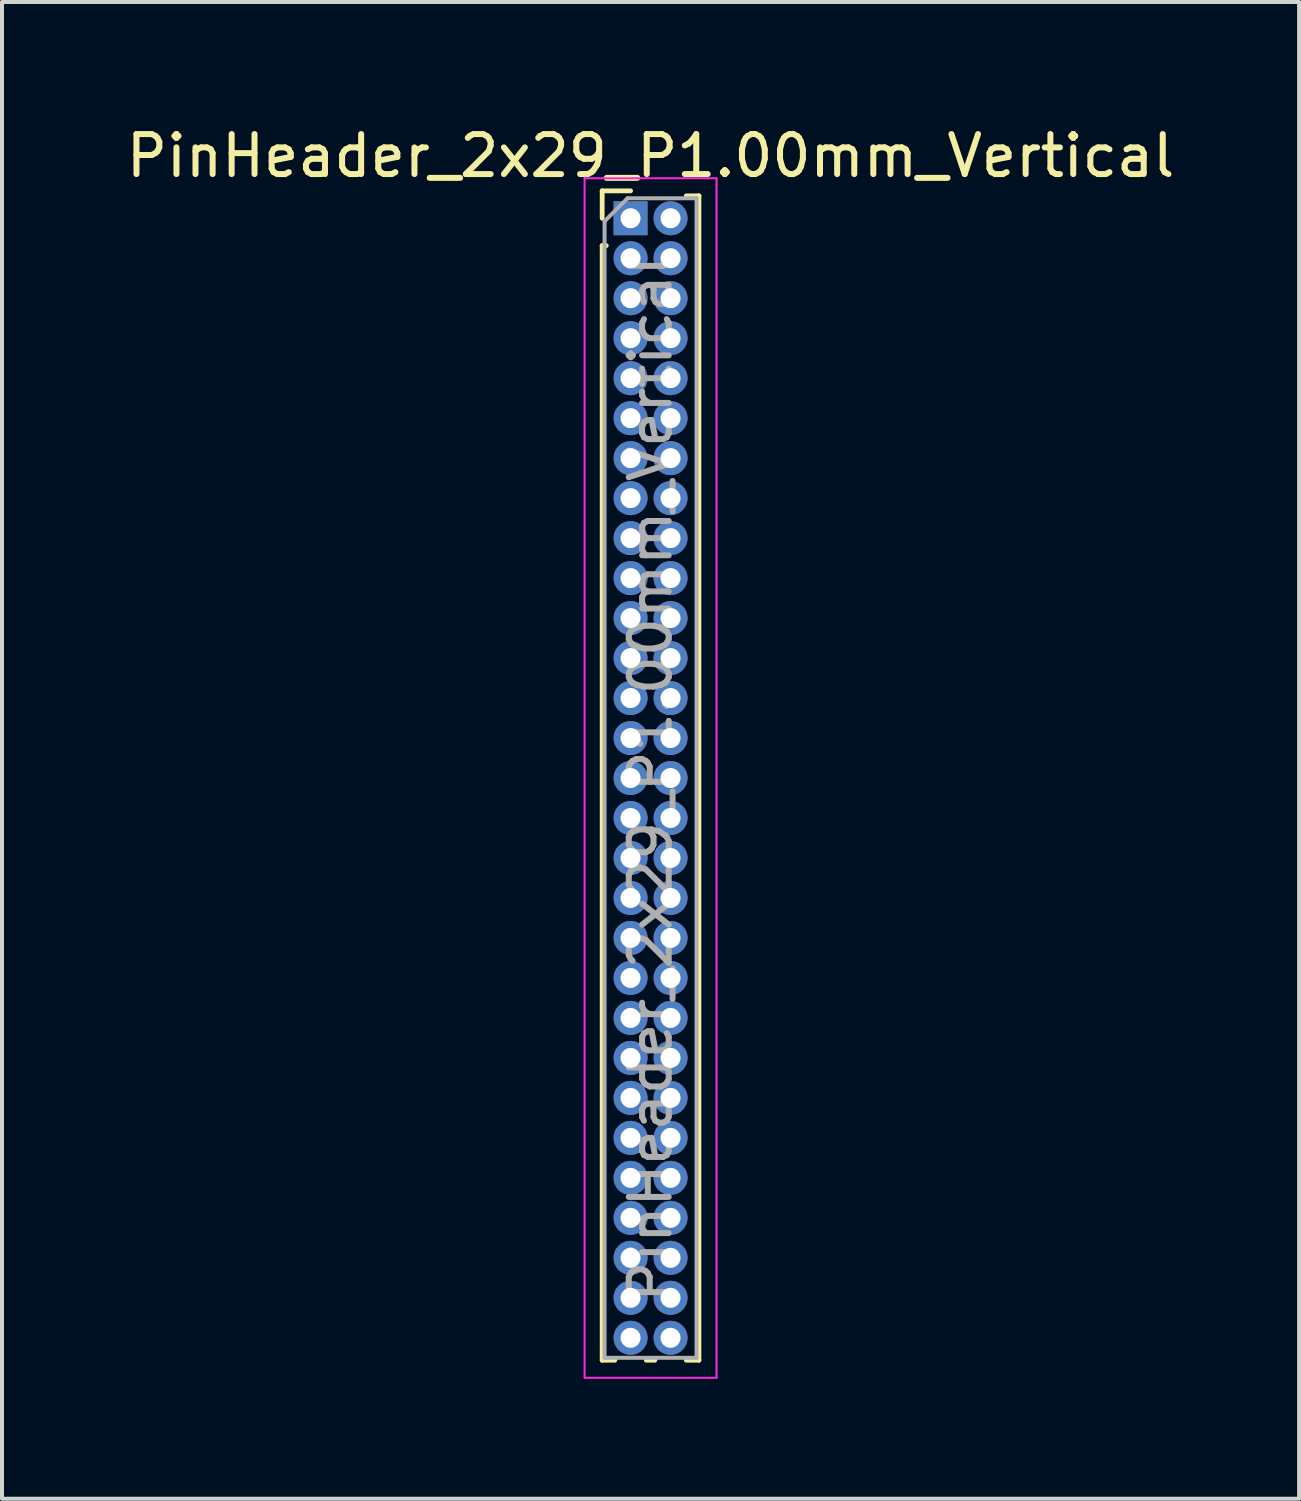
<source format=kicad_pcb>
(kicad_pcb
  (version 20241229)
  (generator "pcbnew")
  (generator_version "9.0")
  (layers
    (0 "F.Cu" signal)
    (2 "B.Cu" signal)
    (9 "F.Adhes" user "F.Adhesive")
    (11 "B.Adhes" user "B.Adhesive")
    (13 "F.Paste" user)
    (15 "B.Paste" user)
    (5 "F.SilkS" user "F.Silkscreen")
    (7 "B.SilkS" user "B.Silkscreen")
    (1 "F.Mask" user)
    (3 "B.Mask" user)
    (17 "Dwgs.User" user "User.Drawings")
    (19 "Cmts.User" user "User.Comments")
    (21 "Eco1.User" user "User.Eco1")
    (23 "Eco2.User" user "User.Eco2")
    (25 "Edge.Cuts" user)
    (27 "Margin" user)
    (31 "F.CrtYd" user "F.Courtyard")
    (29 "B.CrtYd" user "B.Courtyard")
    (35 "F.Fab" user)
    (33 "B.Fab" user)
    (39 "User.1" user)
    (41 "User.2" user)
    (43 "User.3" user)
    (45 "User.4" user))
  (footprint "PinHeader_2x29_P1.00mm_Vertical"
    (layer "F.Cu")
    (at 12.72 2.408)
    (property "Reference" "PinHeader_2x29_P1.00mm_Vertical" (at 0.5 -1.56 0) (layer "F.SilkS") (effects (font (size 1 1) (thickness 0.15))))
    (attr through_hole)
    (fp_line (start -0.71 -0.685) (end 0 -0.685) (stroke (width 0.12) (type solid)) (layer "F.SilkS"))
    (fp_line (start -0.71 0) (end -0.71 -0.685) (stroke (width 0.12) (type solid)) (layer "F.SilkS"))
    (fp_line (start -0.71 0.685) (end -0.71 28.56) (stroke (width 0.12) (type solid)) (layer "F.SilkS"))
    (fp_line (start -0.71 0.685) (end -0.608 0.685) (stroke (width 0.12) (type solid)) (layer "F.SilkS"))
    (fp_line (start -0.71 28.56) (end -0.394 28.56) (stroke (width 0.12) (type solid)) (layer "F.SilkS"))
    (fp_line (start 0.394 28.56) (end 0.606 28.56) (stroke (width 0.12) (type solid)) (layer "F.SilkS"))
    (fp_line (start 1.394 -0.56) (end 1.71 -0.56) (stroke (width 0.12) (type solid)) (layer "F.SilkS"))
    (fp_line (start 1.394 28.56) (end 1.71 28.56) (stroke (width 0.12) (type solid)) (layer "F.SilkS"))
    (fp_line (start 1.71 -0.56) (end 1.71 28.56) (stroke (width 0.12) (type solid)) (layer "F.SilkS"))
    (fp_line (start -1.15 -1) (end -1.15 29) (stroke (width 0.05) (type solid)) (layer "F.CrtYd"))
    (fp_line (start -1.15 29) (end 2.15 29) (stroke (width 0.05) (type solid)) (layer "F.CrtYd"))
    (fp_line (start 2.15 -1) (end -1.15 -1) (stroke (width 0.05) (type solid)) (layer "F.CrtYd"))
    (fp_line (start 2.15 29) (end 2.15 -1) (stroke (width 0.05) (type solid)) (layer "F.CrtYd"))
    (fp_line (start -0.65 0.075) (end -0.075 -0.5) (stroke (width 0.1) (type solid)) (layer "F.Fab"))
    (fp_line (start -0.65 28.5) (end -0.65 0.075) (stroke (width 0.1) (type solid)) (layer "F.Fab"))
    (fp_line (start -0.075 -0.5) (end 1.65 -0.5) (stroke (width 0.1) (type solid)) (layer "F.Fab"))
    (fp_line (start 1.65 -0.5) (end 1.65 28.5) (stroke (width 0.1) (type solid)) (layer "F.Fab"))
    (fp_line (start 1.65 28.5) (end -0.65 28.5) (stroke (width 0.1) (type solid)) (layer "F.Fab"))
    (fp_text user "${REFERENCE}" (at 0.5 14 90) (layer "F.Fab") (effects (font (size 1 1) (thickness 0.15))))
    (pad "1" thru_hole rect (at 0 0) (size 0.85 0.85) (drill 0.5) (layers "*.Cu" "*.Mask"))
    (pad "2" thru_hole oval (at 1 0) (size 0.85 0.85) (drill 0.5) (layers "*.Cu" "*.Mask"))
    (pad "3" thru_hole oval (at 0 1) (size 0.85 0.85) (drill 0.5) (layers "*.Cu" "*.Mask"))
    (pad "4" thru_hole oval (at 1 1) (size 0.85 0.85) (drill 0.5) (layers "*.Cu" "*.Mask"))
    (pad "5" thru_hole oval (at 0 2) (size 0.85 0.85) (drill 0.5) (layers "*.Cu" "*.Mask"))
    (pad "6" thru_hole oval (at 1 2) (size 0.85 0.85) (drill 0.5) (layers "*.Cu" "*.Mask"))
    (pad "7" thru_hole oval (at 0 3) (size 0.85 0.85) (drill 0.5) (layers "*.Cu" "*.Mask"))
    (pad "8" thru_hole oval (at 1 3) (size 0.85 0.85) (drill 0.5) (layers "*.Cu" "*.Mask"))
    (pad "9" thru_hole oval (at 0 4) (size 0.85 0.85) (drill 0.5) (layers "*.Cu" "*.Mask"))
    (pad "10" thru_hole oval (at 1 4) (size 0.85 0.85) (drill 0.5) (layers "*.Cu" "*.Mask"))
    (pad "11" thru_hole oval (at 0 5) (size 0.85 0.85) (drill 0.5) (layers "*.Cu" "*.Mask"))
    (pad "12" thru_hole oval (at 1 5) (size 0.85 0.85) (drill 0.5) (layers "*.Cu" "*.Mask"))
    (pad "13" thru_hole oval (at 0 6) (size 0.85 0.85) (drill 0.5) (layers "*.Cu" "*.Mask"))
    (pad "14" thru_hole oval (at 1 6) (size 0.85 0.85) (drill 0.5) (layers "*.Cu" "*.Mask"))
    (pad "15" thru_hole oval (at 0 7) (size 0.85 0.85) (drill 0.5) (layers "*.Cu" "*.Mask"))
    (pad "16" thru_hole oval (at 1 7) (size 0.85 0.85) (drill 0.5) (layers "*.Cu" "*.Mask"))
    (pad "17" thru_hole oval (at 0 8) (size 0.85 0.85) (drill 0.5) (layers "*.Cu" "*.Mask"))
    (pad "18" thru_hole oval (at 1 8) (size 0.85 0.85) (drill 0.5) (layers "*.Cu" "*.Mask"))
    (pad "19" thru_hole oval (at 0 9) (size 0.85 0.85) (drill 0.5) (layers "*.Cu" "*.Mask"))
    (pad "20" thru_hole oval (at 1 9) (size 0.85 0.85) (drill 0.5) (layers "*.Cu" "*.Mask"))
    (pad "21" thru_hole oval (at 0 10) (size 0.85 0.85) (drill 0.5) (layers "*.Cu" "*.Mask"))
    (pad "22" thru_hole oval (at 1 10) (size 0.85 0.85) (drill 0.5) (layers "*.Cu" "*.Mask"))
    (pad "23" thru_hole oval (at 0 11) (size 0.85 0.85) (drill 0.5) (layers "*.Cu" "*.Mask"))
    (pad "24" thru_hole oval (at 1 11) (size 0.85 0.85) (drill 0.5) (layers "*.Cu" "*.Mask"))
    (pad "25" thru_hole oval (at 0 12) (size 0.85 0.85) (drill 0.5) (layers "*.Cu" "*.Mask"))
    (pad "26" thru_hole oval (at 1 12) (size 0.85 0.85) (drill 0.5) (layers "*.Cu" "*.Mask"))
    (pad "27" thru_hole oval (at 0 13) (size 0.85 0.85) (drill 0.5) (layers "*.Cu" "*.Mask"))
    (pad "28" thru_hole oval (at 1 13) (size 0.85 0.85) (drill 0.5) (layers "*.Cu" "*.Mask"))
    (pad "29" thru_hole oval (at 0 14) (size 0.85 0.85) (drill 0.5) (layers "*.Cu" "*.Mask"))
    (pad "30" thru_hole oval (at 1 14) (size 0.85 0.85) (drill 0.5) (layers "*.Cu" "*.Mask"))
    (pad "31" thru_hole oval (at 0 15) (size 0.85 0.85) (drill 0.5) (layers "*.Cu" "*.Mask"))
    (pad "32" thru_hole oval (at 1 15) (size 0.85 0.85) (drill 0.5) (layers "*.Cu" "*.Mask"))
    (pad "33" thru_hole oval (at 0 16) (size 0.85 0.85) (drill 0.5) (layers "*.Cu" "*.Mask"))
    (pad "34" thru_hole oval (at 1 16) (size 0.85 0.85) (drill 0.5) (layers "*.Cu" "*.Mask"))
    (pad "35" thru_hole oval (at 0 17) (size 0.85 0.85) (drill 0.5) (layers "*.Cu" "*.Mask"))
    (pad "36" thru_hole oval (at 1 17) (size 0.85 0.85) (drill 0.5) (layers "*.Cu" "*.Mask"))
    (pad "37" thru_hole oval (at 0 18) (size 0.85 0.85) (drill 0.5) (layers "*.Cu" "*.Mask"))
    (pad "38" thru_hole oval (at 1 18) (size 0.85 0.85) (drill 0.5) (layers "*.Cu" "*.Mask"))
    (pad "39" thru_hole oval (at 0 19) (size 0.85 0.85) (drill 0.5) (layers "*.Cu" "*.Mask"))
    (pad "40" thru_hole oval (at 1 19) (size 0.85 0.85) (drill 0.5) (layers "*.Cu" "*.Mask"))
    (pad "41" thru_hole oval (at 0 20) (size 0.85 0.85) (drill 0.5) (layers "*.Cu" "*.Mask"))
    (pad "42" thru_hole oval (at 1 20) (size 0.85 0.85) (drill 0.5) (layers "*.Cu" "*.Mask"))
    (pad "43" thru_hole oval (at 0 21) (size 0.85 0.85) (drill 0.5) (layers "*.Cu" "*.Mask"))
    (pad "44" thru_hole oval (at 1 21) (size 0.85 0.85) (drill 0.5) (layers "*.Cu" "*.Mask"))
    (pad "45" thru_hole oval (at 0 22) (size 0.85 0.85) (drill 0.5) (layers "*.Cu" "*.Mask"))
    (pad "46" thru_hole oval (at 1 22) (size 0.85 0.85) (drill 0.5) (layers "*.Cu" "*.Mask"))
    (pad "47" thru_hole oval (at 0 23) (size 0.85 0.85) (drill 0.5) (layers "*.Cu" "*.Mask"))
    (pad "48" thru_hole oval (at 1 23) (size 0.85 0.85) (drill 0.5) (layers "*.Cu" "*.Mask"))
    (pad "49" thru_hole oval (at 0 24) (size 0.85 0.85) (drill 0.5) (layers "*.Cu" "*.Mask"))
    (pad "50" thru_hole oval (at 1 24) (size 0.85 0.85) (drill 0.5) (layers "*.Cu" "*.Mask"))
    (pad "51" thru_hole oval (at 0 25) (size 0.85 0.85) (drill 0.5) (layers "*.Cu" "*.Mask"))
    (pad "52" thru_hole oval (at 1 25) (size 0.85 0.85) (drill 0.5) (layers "*.Cu" "*.Mask"))
    (pad "53" thru_hole oval (at 0 26) (size 0.85 0.85) (drill 0.5) (layers "*.Cu" "*.Mask"))
    (pad "54" thru_hole oval (at 1 26) (size 0.85 0.85) (drill 0.5) (layers "*.Cu" "*.Mask"))
    (pad "55" thru_hole oval (at 0 27) (size 0.85 0.85) (drill 0.5) (layers "*.Cu" "*.Mask"))
    (pad "56" thru_hole oval (at 1 27) (size 0.85 0.85) (drill 0.5) (layers "*.Cu" "*.Mask"))
    (pad "57" thru_hole oval (at 0 28) (size 0.85 0.85) (drill 0.5) (layers "*.Cu" "*.Mask"))
    (pad "58" thru_hole oval (at 1 28) (size 0.85 0.85) (drill 0.5) (layers "*.Cu" "*.Mask")))
  (gr_rect
    (start -3 -3)
    (end 29.44 34.433)
    (stroke (width 0.1) (type default))
    (fill no)
    (layer "Edge.Cuts")))
</source>
